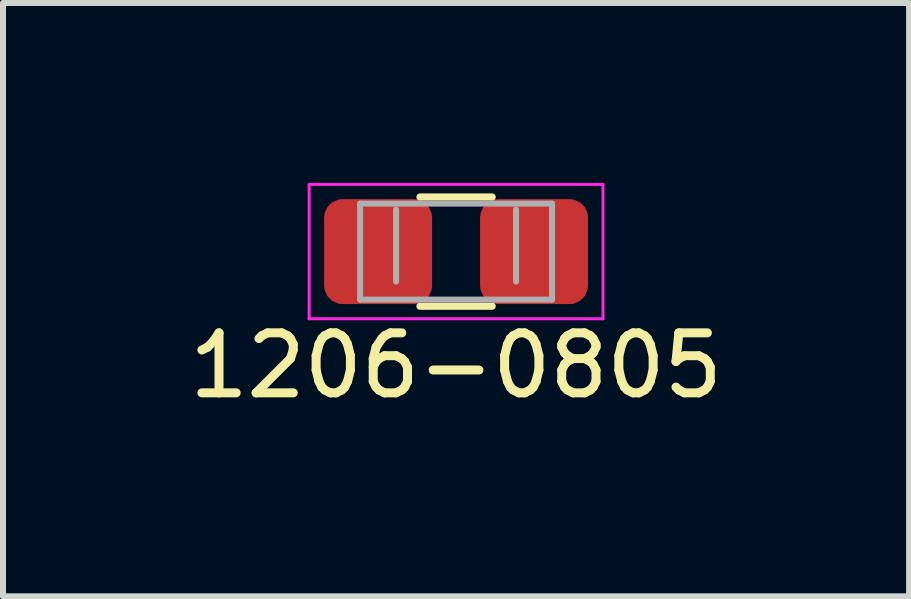
<source format=kicad_pcb>
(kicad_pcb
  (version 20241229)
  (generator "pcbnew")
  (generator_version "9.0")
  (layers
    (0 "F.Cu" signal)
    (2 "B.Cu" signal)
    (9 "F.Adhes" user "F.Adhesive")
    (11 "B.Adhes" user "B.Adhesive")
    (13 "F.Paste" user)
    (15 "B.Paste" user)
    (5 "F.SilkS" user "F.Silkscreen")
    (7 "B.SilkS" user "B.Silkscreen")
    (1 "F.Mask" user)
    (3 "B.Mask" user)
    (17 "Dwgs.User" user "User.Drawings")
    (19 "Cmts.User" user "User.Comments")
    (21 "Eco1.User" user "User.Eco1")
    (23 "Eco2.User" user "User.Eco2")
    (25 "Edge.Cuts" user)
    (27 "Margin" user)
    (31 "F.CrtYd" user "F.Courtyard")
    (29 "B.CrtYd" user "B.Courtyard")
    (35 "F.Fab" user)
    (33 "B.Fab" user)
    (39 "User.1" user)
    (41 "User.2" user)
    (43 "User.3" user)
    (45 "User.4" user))
  (footprint "1206-0805"
    (layer "F.Cu")
    (at 4.554 1.145)
    (property "Reference" "1206-0805" (at 0 1.9 0) (layer "F.SilkS") (effects (font (size 1 1) (thickness 0.15))))
    (attr through_hole)
    (fp_line (start -0.602 -0.91) (end 0.602 -0.91) (stroke (width 0.12) (type solid)) (layer "F.SilkS"))
    (fp_line (start -0.602 0.91) (end 0.602 0.91) (stroke (width 0.12) (type solid)) (layer "F.SilkS"))
    (fp_line (start -2.45 -1.12) (end 2.45 -1.12) (stroke (width 0.05) (type solid)) (layer "F.CrtYd"))
    (fp_line (start -2.45 1.12) (end -2.45 -1.12) (stroke (width 0.05) (type solid)) (layer "F.CrtYd"))
    (fp_line (start 2.45 -1.12) (end 2.45 1.12) (stroke (width 0.05) (type solid)) (layer "F.CrtYd"))
    (fp_line (start 2.45 1.12) (end -2.45 1.12) (stroke (width 0.05) (type solid)) (layer "F.CrtYd"))
    (fp_line (start -1.6 -0.8) (end 1.6 -0.8) (stroke (width 0.1) (type solid)) (layer "F.Fab"))
    (fp_line (start -1.6 0.8) (end -1.6 -0.8) (stroke (width 0.1) (type solid)) (layer "F.Fab"))
    (fp_line (start -1 0.5) (end -1 -0.7) (stroke (width 0.1) (type solid)) (layer "F.Fab"))
    (fp_line (start 1 -0.7) (end 1 0.5) (stroke (width 0.1) (type solid)) (layer "F.Fab"))
    (fp_line (start 1.6 -0.8) (end 1.6 0.8) (stroke (width 0.1) (type solid)) (layer "F.Fab"))
    (fp_line (start 1.6 0.8) (end -1.6 0.8) (stroke (width 0.1) (type solid)) (layer "F.Fab"))
    (pad "1" smd roundrect (at -1.3 0) (size 1.8 1.75) (layers "F.Cu" "F.Mask" "F.Paste") (roundrect_rratio 0.175))
    (pad "2" smd roundrect (at 1.3 0) (size 1.8 1.75) (layers "F.Cu" "F.Mask" "F.Paste") (roundrect_rratio 0.175)))
  (gr_rect
    (start -3 -3)
    (end 12.107 6.893)
    (stroke (width 0.1) (type default))
    (fill no)
    (layer "Edge.Cuts")))
</source>
